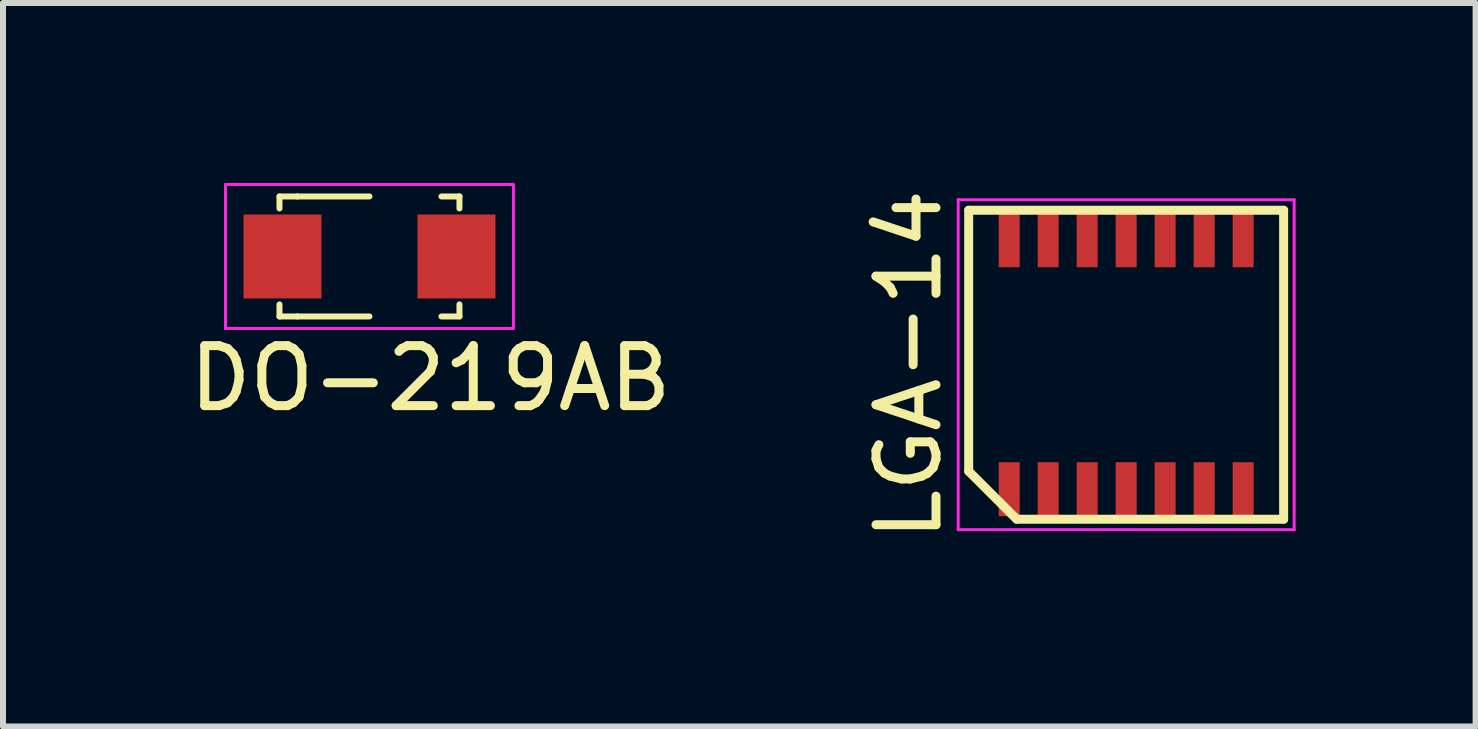
<source format=kicad_pcb>
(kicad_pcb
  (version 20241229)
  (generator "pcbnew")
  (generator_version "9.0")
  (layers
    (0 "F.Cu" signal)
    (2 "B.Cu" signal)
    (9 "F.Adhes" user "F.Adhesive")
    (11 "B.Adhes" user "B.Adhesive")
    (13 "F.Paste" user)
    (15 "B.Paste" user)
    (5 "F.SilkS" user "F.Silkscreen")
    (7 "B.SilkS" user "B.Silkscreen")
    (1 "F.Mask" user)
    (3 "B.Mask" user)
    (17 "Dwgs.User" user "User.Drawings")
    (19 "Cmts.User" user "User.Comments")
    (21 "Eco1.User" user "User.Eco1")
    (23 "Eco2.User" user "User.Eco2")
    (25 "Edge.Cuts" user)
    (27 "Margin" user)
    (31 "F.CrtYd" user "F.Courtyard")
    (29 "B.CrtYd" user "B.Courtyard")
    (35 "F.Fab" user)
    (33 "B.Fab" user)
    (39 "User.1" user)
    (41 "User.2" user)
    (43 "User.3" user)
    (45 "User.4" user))
  (footprint "LGA-14"
    (layer "F.Cu")
    (at 15.723 3.03)
    (property "Reference" "LGA-14" (at -3.625 0 90) (layer "F.SilkS") (effects (font (size 1 1) (thickness 0.15))))
    (attr smd)
    (fp_line (start -2.625 -2.575) (end 2.625 -2.575) (stroke (width 0.15) (type solid)) (layer "F.SilkS"))
    (fp_line (start -2.625 1.775) (end -2.625 -2.575) (stroke (width 0.15) (type solid)) (layer "F.SilkS"))
    (fp_line (start -1.825 2.575) (end -2.625 1.775) (stroke (width 0.15) (type solid)) (layer "F.SilkS"))
    (fp_line (start 2.625 -2.575) (end 2.625 2.575) (stroke (width 0.15) (type solid)) (layer "F.SilkS"))
    (fp_line (start 2.625 2.575) (end -1.825 2.575) (stroke (width 0.15) (type solid)) (layer "F.SilkS"))
    (fp_line (start -2.8 -2.75) (end 2.8 -2.75) (stroke (width 0.05) (type solid)) (layer "F.CrtYd"))
    (fp_line (start -2.8 2.75) (end -2.8 -2.75) (stroke (width 0.05) (type solid)) (layer "F.CrtYd"))
    (fp_line (start 2.8 -2.75) (end 2.8 2.75) (stroke (width 0.05) (type solid)) (layer "F.CrtYd"))
    (fp_line (start 2.8 2.75) (end -2.8 2.75) (stroke (width 0.05) (type solid)) (layer "F.CrtYd"))
    (pad "1" smd rect (at -1.95 2.075) (size 0.35 0.9) (layers "F.Cu" "F.Mask" "F.Paste"))
    (pad "2" smd rect (at -1.3 2.075) (size 0.35 0.9) (layers "F.Cu" "F.Mask" "F.Paste"))
    (pad "3" smd rect (at -0.65 2.075) (size 0.35 0.9) (layers "F.Cu" "F.Mask" "F.Paste"))
    (pad "4" smd rect (at 0 2.075) (size 0.35 0.9) (layers "F.Cu" "F.Mask" "F.Paste"))
    (pad "5" smd rect (at 0.65 2.075) (size 0.35 0.9) (layers "F.Cu" "F.Mask" "F.Paste"))
    (pad "6" smd rect (at 1.3 2.075) (size 0.35 0.9) (layers "F.Cu" "F.Mask" "F.Paste"))
    (pad "7" smd rect (at 1.95 2.075) (size 0.35 0.9) (layers "F.Cu" "F.Mask" "F.Paste"))
    (pad "8" smd rect (at 1.95 -2.075) (size 0.35 0.9) (layers "F.Cu" "F.Mask" "F.Paste"))
    (pad "9" smd rect (at 1.3 -2.075) (size 0.35 0.9) (layers "F.Cu" "F.Mask" "F.Paste"))
    (pad "10" smd rect (at 0.65 -2.075) (size 0.35 0.9) (layers "F.Cu" "F.Mask" "F.Paste"))
    (pad "11" smd rect (at 0 -2.075) (size 0.35 0.9) (layers "F.Cu" "F.Mask" "F.Paste"))
    (pad "12" smd rect (at -0.65 -2.075) (size 0.35 0.9) (layers "F.Cu" "F.Mask" "F.Paste"))
    (pad "13" smd rect (at -1.3 -2.075) (size 0.35 0.9) (layers "F.Cu" "F.Mask" "F.Paste"))
    (pad "14" smd rect (at -1.95 -2.075) (size 0.35 0.9) (layers "F.Cu" "F.Mask" "F.Paste")))
  (footprint "DO-219AB"
    (layer "F.Cu")
    (at 3.109 1.225)
    (property "Reference" "DO-219AB" (at 1.016 2.032 0) (layer "F.SilkS") (effects (font (size 1 1) (thickness 0.15))))
    (attr through_hole)
    (fp_line (start -1.5 -1) (end -1.2 -1) (stroke (width 0.1) (type solid)) (layer "F.SilkS"))
    (fp_line (start -1.5 -0.8) (end -1.5 -1) (stroke (width 0.1) (type solid)) (layer "F.SilkS"))
    (fp_line (start -1.5 0.8) (end -1.5 1) (stroke (width 0.1) (type solid)) (layer "F.SilkS"))
    (fp_line (start -1.5 1) (end -1.2 1) (stroke (width 0.1) (type solid)) (layer "F.SilkS"))
    (fp_line (start -1.2 -1) (end 0 -1) (stroke (width 0.1) (type solid)) (layer "F.SilkS"))
    (fp_line (start -1.2 1) (end 0 1) (stroke (width 0.1) (type solid)) (layer "F.SilkS"))
    (fp_line (start 1.2 -1) (end 1.5 -1) (stroke (width 0.1) (type solid)) (layer "F.SilkS"))
    (fp_line (start 1.5 -1) (end 1.5 -0.8) (stroke (width 0.1) (type solid)) (layer "F.SilkS"))
    (fp_line (start 1.5 0.8) (end 1.5 1) (stroke (width 0.1) (type solid)) (layer "F.SilkS"))
    (fp_line (start 1.5 1) (end 1.2 1) (stroke (width 0.1) (type solid)) (layer "F.SilkS"))
    (fp_line (start -2.4 -1.2) (end 2.4 -1.2) (stroke (width 0.05) (type solid)) (layer "F.CrtYd"))
    (fp_line (start -2.4 1.2) (end -2.4 -1.2) (stroke (width 0.05) (type solid)) (layer "F.CrtYd"))
    (fp_line (start -2.4 1.2) (end 2.4 1.2) (stroke (width 0.05) (type solid)) (layer "F.CrtYd"))
    (fp_line (start 2.4 -1.2) (end 2.4 1.2) (stroke (width 0.05) (type solid)) (layer "F.CrtYd"))
    (pad "1" smd rect (at -1.45 0) (size 1.3 1.4) (layers "F.Cu" "F.Mask" "F.Paste"))
    (pad "2" smd rect (at 1.45 0) (size 1.3 1.4) (layers "F.Cu" "F.Mask" "F.Paste")))
  (gr_rect
    (start -3 -3)
    (end 21.548 9.06)
    (stroke (width 0.1) (type default))
    (fill no)
    (layer "Edge.Cuts")))
</source>
